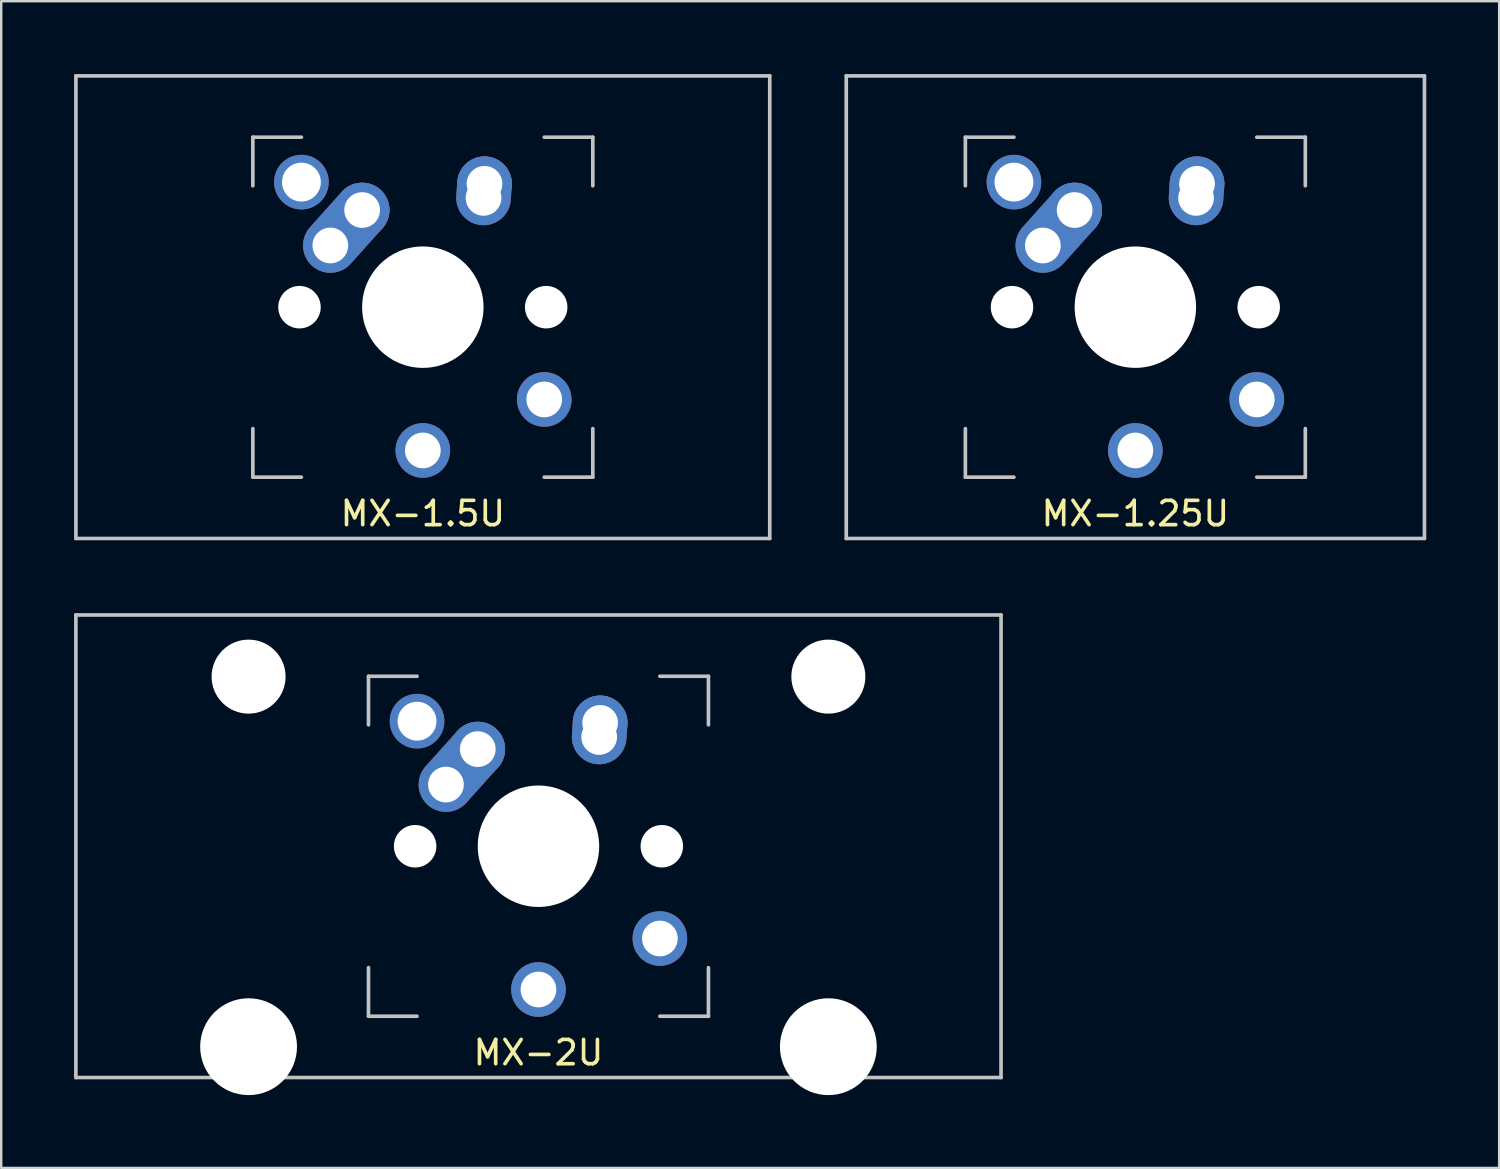
<source format=kicad_pcb>
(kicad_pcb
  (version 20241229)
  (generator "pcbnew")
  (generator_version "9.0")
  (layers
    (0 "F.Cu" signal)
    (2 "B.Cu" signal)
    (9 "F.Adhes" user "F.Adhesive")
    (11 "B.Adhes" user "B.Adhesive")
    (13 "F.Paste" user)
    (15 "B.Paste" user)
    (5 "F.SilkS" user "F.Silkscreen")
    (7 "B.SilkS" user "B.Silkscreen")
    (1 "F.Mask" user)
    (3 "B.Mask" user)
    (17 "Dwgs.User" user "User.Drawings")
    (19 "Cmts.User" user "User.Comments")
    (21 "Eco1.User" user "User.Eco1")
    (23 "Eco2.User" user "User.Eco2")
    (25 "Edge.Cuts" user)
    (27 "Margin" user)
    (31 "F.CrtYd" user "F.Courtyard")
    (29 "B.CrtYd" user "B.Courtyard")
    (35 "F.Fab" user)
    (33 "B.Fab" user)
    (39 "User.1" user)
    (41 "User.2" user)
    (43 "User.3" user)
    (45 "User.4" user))
  (footprint "MX-2U"
    (layer "F.Cu")
    (at 19.125 31.8)
    (property "Reference" "MX-2U" (at 0 8.5 0) (layer "F.SilkS") (effects (font (size 1 1) (thickness 0.15))))
    (attr through_hole)
    (fp_line (start -19.05 -9.525) (end 19.05 -9.525) (stroke (width 0.15) (type solid)) (layer "Dwgs.User"))
    (fp_line (start -19.05 9.525) (end -19.05 -9.525) (stroke (width 0.15) (type solid)) (layer "Dwgs.User"))
    (fp_line (start -19.05 9.525) (end 19.05 9.525) (stroke (width 0.15) (type solid)) (layer "Dwgs.User"))
    (fp_line (start -7 -7) (end -7 -5) (stroke (width 0.15) (type solid)) (layer "Dwgs.User"))
    (fp_line (start -7 5) (end -7 7) (stroke (width 0.15) (type solid)) (layer "Dwgs.User"))
    (fp_line (start -7 7) (end -5 7) (stroke (width 0.15) (type solid)) (layer "Dwgs.User"))
    (fp_line (start -5 -7) (end -7 -7) (stroke (width 0.15) (type solid)) (layer "Dwgs.User"))
    (fp_line (start 5 -7) (end 7 -7) (stroke (width 0.15) (type solid)) (layer "Dwgs.User"))
    (fp_line (start 5 7) (end 7 7) (stroke (width 0.15) (type solid)) (layer "Dwgs.User"))
    (fp_line (start 7 -7) (end 7 -5) (stroke (width 0.15) (type solid)) (layer "Dwgs.User"))
    (fp_line (start 7 7) (end 7 5) (stroke (width 0.15) (type solid)) (layer "Dwgs.User"))
    (fp_line (start 19.05 -9.525) (end 19.05 9.525) (stroke (width 0.15) (type solid)) (layer "Dwgs.User"))
    (pad "" np_thru_hole circle (at -11.938 -6.985) (size 3.048 3.048) (drill 3.048) (layers "*.Cu" "*.Mask"))
    (pad "" np_thru_hole circle (at -11.938 8.255) (size 3.988 3.988) (drill 3.988) (layers "*.Cu" "*.Mask"))
    (pad "" np_thru_hole circle (at -5.08 0 48.1) (size 1.75 1.75) (drill 1.75) (layers "*.Cu" "*.Mask"))
    (pad "" thru_hole circle (at -5 -5.15) (size 2.25 2.25) (drill 1.6) (layers "*.Cu" "B.Mask"))
    (pad "" np_thru_hole circle (at 0 0) (size 5 5) (drill 5) (layers "*.Cu" "*.Mask"))
    (pad "" np_thru_hole circle (at 5.08 0 48.1) (size 1.75 1.75) (drill 1.75) (layers "*.Cu" "*.Mask"))
    (pad "" np_thru_hole circle (at 11.938 -6.985) (size 3.048 3.048) (drill 3.048) (layers "*.Cu" "*.Mask"))
    (pad "" np_thru_hole circle (at 11.938 8.255) (size 3.988 3.988) (drill 3.988) (layers "*.Cu" "*.Mask"))
    (pad "1" thru_hole oval (at -3.81 -2.54 48.1) (size 4.212 2.25) (drill 1.47 (offset 0.981 0)) (layers "*.Cu" "B.Mask"))
    (pad "1" thru_hole circle (at -2.5 -4) (size 2.25 2.25) (drill 1.47) (layers "*.Cu" "B.Mask"))
    (pad "1" thru_hole circle (at 5 3.8) (size 2.25 2.25) (drill 1.47) (layers "*.Cu" "B.Mask"))
    (pad "2" thru_hole circle (at 0 5.9) (size 2.25 2.25) (drill 1.47) (layers "*.Cu" "B.Mask"))
    (pad "2" thru_hole oval (at 2.5 -4.5 86.055) (size 2.831 2.25) (drill 1.47 (offset 0.291 0)) (layers "*.Cu" "B.Mask"))
    (pad "2" thru_hole circle (at 2.54 -5.08) (size 2.25 2.25) (drill 1.47) (layers "*.Cu" "B.Mask")))
  (footprint "MX-1.25U"
    (layer "F.Cu")
    (at 43.706 9.6)
    (property "Reference" "MX-1.25U" (at 0 8.5 0) (layer "F.SilkS") (effects (font (size 1 1) (thickness 0.15))))
    (attr through_hole)
    (fp_line (start -11.906 -9.525) (end 11.906 -9.525) (stroke (width 0.15) (type solid)) (layer "Dwgs.User"))
    (fp_line (start -11.906 9.525) (end -11.906 -9.525) (stroke (width 0.15) (type solid)) (layer "Dwgs.User"))
    (fp_line (start -7 -7) (end -7 -5) (stroke (width 0.15) (type solid)) (layer "Dwgs.User"))
    (fp_line (start -7 5) (end -7 7) (stroke (width 0.15) (type solid)) (layer "Dwgs.User"))
    (fp_line (start -7 7) (end -5 7) (stroke (width 0.15) (type solid)) (layer "Dwgs.User"))
    (fp_line (start -5 -7) (end -7 -7) (stroke (width 0.15) (type solid)) (layer "Dwgs.User"))
    (fp_line (start 5 -7) (end 7 -7) (stroke (width 0.15) (type solid)) (layer "Dwgs.User"))
    (fp_line (start 5 7) (end 7 7) (stroke (width 0.15) (type solid)) (layer "Dwgs.User"))
    (fp_line (start 7 -7) (end 7 -5) (stroke (width 0.15) (type solid)) (layer "Dwgs.User"))
    (fp_line (start 7 7) (end 7 5) (stroke (width 0.15) (type solid)) (layer "Dwgs.User"))
    (fp_line (start 11.906 -9.525) (end 11.906 9.525) (stroke (width 0.15) (type solid)) (layer "Dwgs.User"))
    (fp_line (start 11.906 9.525) (end -11.906 9.525) (stroke (width 0.15) (type solid)) (layer "Dwgs.User"))
    (pad "" np_thru_hole circle (at -5.08 0 48.1) (size 1.75 1.75) (drill 1.75) (layers "*.Cu" "*.Mask"))
    (pad "" thru_hole circle (at -5 -5.15) (size 2.25 2.25) (drill 1.6) (layers "*.Cu" "B.Mask"))
    (pad "" np_thru_hole circle (at 0 0) (size 5 5) (drill 5) (layers "*.Cu" "*.Mask"))
    (pad "" np_thru_hole circle (at 5.08 0 48.1) (size 1.75 1.75) (drill 1.75) (layers "*.Cu" "*.Mask"))
    (pad "1" thru_hole oval (at -3.81 -2.54 48.1) (size 4.212 2.25) (drill 1.47 (offset 0.981 0)) (layers "*.Cu" "B.Mask"))
    (pad "1" thru_hole circle (at -2.5 -4) (size 2.25 2.25) (drill 1.47) (layers "*.Cu" "B.Mask"))
    (pad "1" thru_hole circle (at 5 3.8) (size 2.25 2.25) (drill 1.47) (layers "*.Cu" "B.Mask"))
    (pad "2" thru_hole circle (at 0 5.9) (size 2.25 2.25) (drill 1.47) (layers "*.Cu" "B.Mask"))
    (pad "2" thru_hole oval (at 2.5 -4.5 86.055) (size 2.831 2.25) (drill 1.47 (offset 0.291 0)) (layers "*.Cu" "B.Mask"))
    (pad "2" thru_hole circle (at 2.54 -5.08) (size 2.25 2.25) (drill 1.47) (layers "*.Cu" "B.Mask")))
  (footprint "MX-1.5U"
    (layer "F.Cu")
    (at 14.363 9.6)
    (property "Reference" "MX-1.5U" (at 0 8.5 0) (layer "F.SilkS") (effects (font (size 1 1) (thickness 0.15))))
    (attr through_hole)
    (fp_line (start -14.287 -9.525) (end 14.287 -9.525) (stroke (width 0.15) (type solid)) (layer "Dwgs.User"))
    (fp_line (start -14.287 9.525) (end -14.287 -9.525) (stroke (width 0.15) (type solid)) (layer "Dwgs.User"))
    (fp_line (start -7 -7) (end -7 -5) (stroke (width 0.15) (type solid)) (layer "Dwgs.User"))
    (fp_line (start -7 5) (end -7 7) (stroke (width 0.15) (type solid)) (layer "Dwgs.User"))
    (fp_line (start -7 7) (end -5 7) (stroke (width 0.15) (type solid)) (layer "Dwgs.User"))
    (fp_line (start -5 -7) (end -7 -7) (stroke (width 0.15) (type solid)) (layer "Dwgs.User"))
    (fp_line (start 5 -7) (end 7 -7) (stroke (width 0.15) (type solid)) (layer "Dwgs.User"))
    (fp_line (start 5 7) (end 7 7) (stroke (width 0.15) (type solid)) (layer "Dwgs.User"))
    (fp_line (start 7 -7) (end 7 -5) (stroke (width 0.15) (type solid)) (layer "Dwgs.User"))
    (fp_line (start 7 7) (end 7 5) (stroke (width 0.15) (type solid)) (layer "Dwgs.User"))
    (fp_line (start 14.287 -9.525) (end 14.287 9.525) (stroke (width 0.15) (type solid)) (layer "Dwgs.User"))
    (fp_line (start 14.287 9.525) (end -14.287 9.525) (stroke (width 0.15) (type solid)) (layer "Dwgs.User"))
    (pad "" np_thru_hole circle (at -5.08 0 48.1) (size 1.75 1.75) (drill 1.75) (layers "*.Cu" "*.Mask"))
    (pad "" thru_hole circle (at -5 -5.15) (size 2.25 2.25) (drill 1.6) (layers "*.Cu" "B.Mask"))
    (pad "" np_thru_hole circle (at 0 0) (size 5 5) (drill 5) (layers "*.Cu" "*.Mask"))
    (pad "" np_thru_hole circle (at 5.08 0 48.1) (size 1.75 1.75) (drill 1.75) (layers "*.Cu" "*.Mask"))
    (pad "1" thru_hole oval (at -3.81 -2.54 48.1) (size 4.212 2.25) (drill 1.47 (offset 0.981 0)) (layers "*.Cu" "B.Mask"))
    (pad "1" thru_hole circle (at -2.5 -4) (size 2.25 2.25) (drill 1.47) (layers "*.Cu" "B.Mask"))
    (pad "1" thru_hole circle (at 5 3.8) (size 2.25 2.25) (drill 1.47) (layers "*.Cu" "B.Mask"))
    (pad "2" thru_hole circle (at 0 5.9) (size 2.25 2.25) (drill 1.47) (layers "*.Cu" "B.Mask"))
    (pad "2" thru_hole oval (at 2.5 -4.5 86.055) (size 2.831 2.25) (drill 1.47 (offset 0.291 0)) (layers "*.Cu" "B.Mask"))
    (pad "2" thru_hole circle (at 2.54 -5.08) (size 2.25 2.25) (drill 1.47) (layers "*.Cu" "B.Mask")))
  (gr_rect
    (start -3 -3)
    (end 58.688 45.049)
    (stroke (width 0.1) (type default))
    (fill no)
    (layer "Edge.Cuts")))
</source>
